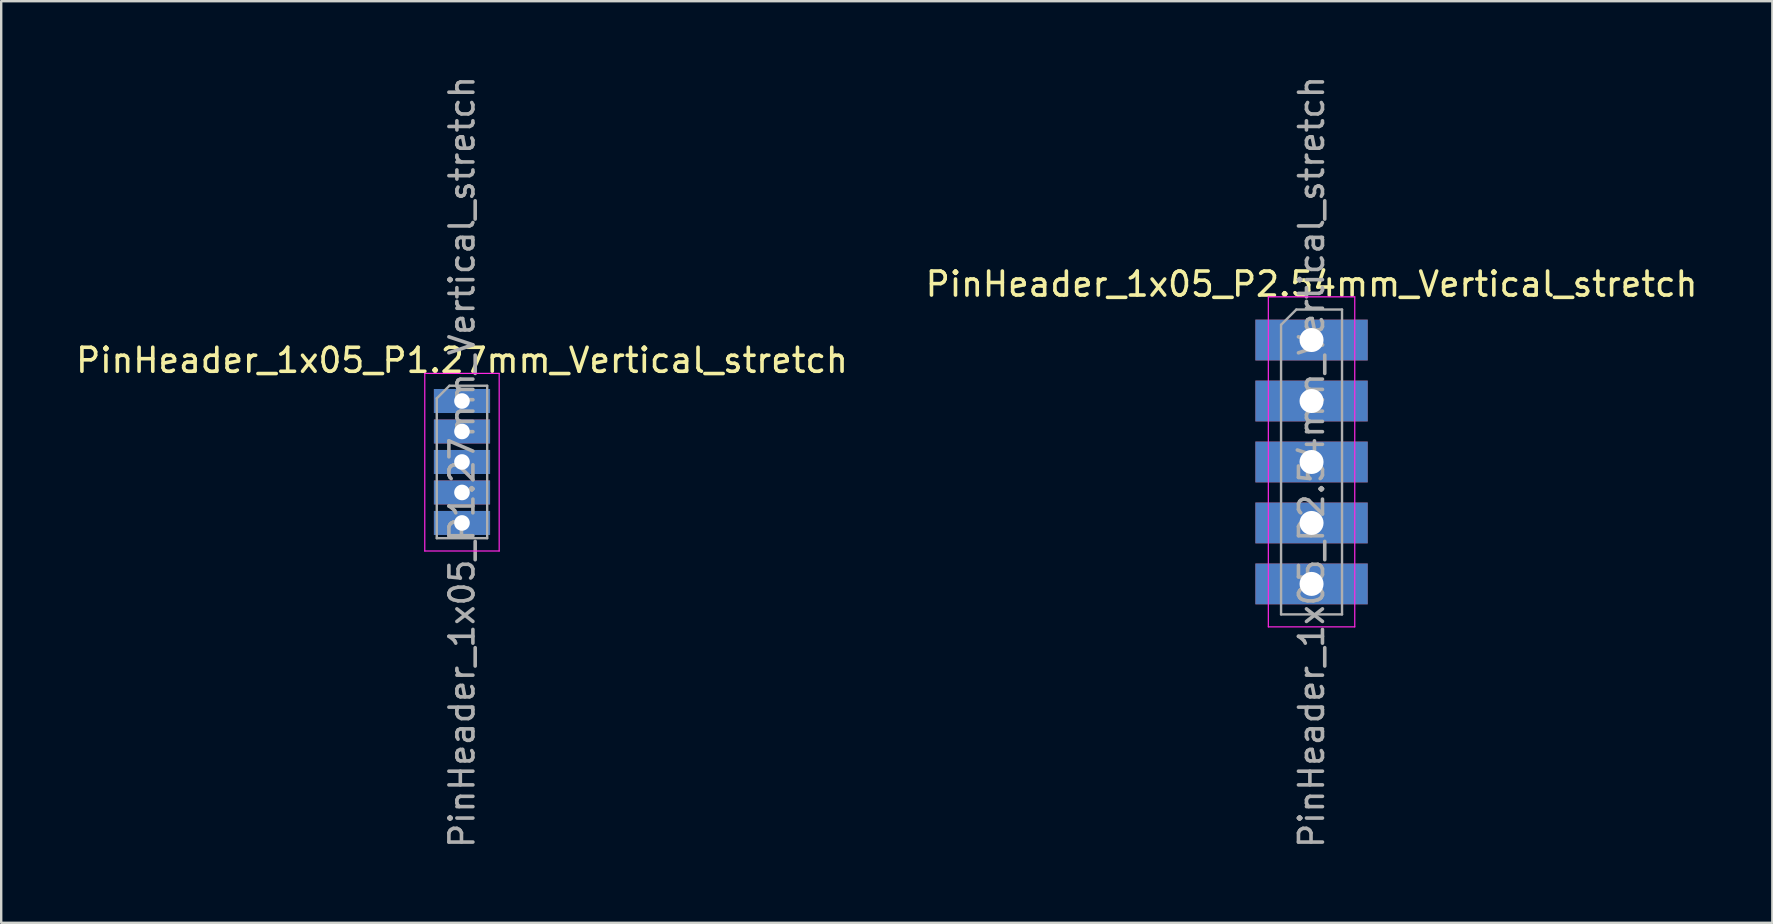
<source format=kicad_pcb>
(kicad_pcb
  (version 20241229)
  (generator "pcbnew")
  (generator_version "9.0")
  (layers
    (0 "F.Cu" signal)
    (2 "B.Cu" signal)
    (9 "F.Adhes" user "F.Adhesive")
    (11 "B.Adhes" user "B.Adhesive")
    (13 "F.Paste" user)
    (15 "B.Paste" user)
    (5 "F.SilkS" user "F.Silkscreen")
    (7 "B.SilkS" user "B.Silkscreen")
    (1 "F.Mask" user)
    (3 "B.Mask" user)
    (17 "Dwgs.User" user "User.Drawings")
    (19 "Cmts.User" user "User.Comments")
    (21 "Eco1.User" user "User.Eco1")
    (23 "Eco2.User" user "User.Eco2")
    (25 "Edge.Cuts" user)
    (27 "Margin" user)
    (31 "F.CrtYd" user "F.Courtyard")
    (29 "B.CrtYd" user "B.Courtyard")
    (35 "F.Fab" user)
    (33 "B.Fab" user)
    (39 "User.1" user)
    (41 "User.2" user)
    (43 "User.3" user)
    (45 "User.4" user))
  (footprint "PinHeader_1x05_P1.27mm_Vertical_stretch"
    (layer "F.Cu")
    (at 16.196 13.656)
    (property "Reference" "PinHeader_1x05_P1.27mm_Vertical_stretch" (at 0 -1.695 0) (layer "F.SilkS") (effects (font (size 1 1) (thickness 0.15))))
    (attr through_hole)
    (fp_line (start -1.55 -1.15) (end -1.55 6.25) (stroke (width 0.05) (type solid)) (layer "F.CrtYd"))
    (fp_line (start -1.55 6.25) (end 1.55 6.25) (stroke (width 0.05) (type solid)) (layer "F.CrtYd"))
    (fp_line (start 1.55 -1.15) (end -1.55 -1.15) (stroke (width 0.05) (type solid)) (layer "F.CrtYd"))
    (fp_line (start 1.55 6.25) (end 1.55 -1.15) (stroke (width 0.05) (type solid)) (layer "F.CrtYd"))
    (fp_line (start -1.05 -0.11) (end -0.525 -0.635) (stroke (width 0.1) (type solid)) (layer "F.Fab"))
    (fp_line (start -1.05 5.715) (end -1.05 -0.11) (stroke (width 0.1) (type solid)) (layer "F.Fab"))
    (fp_line (start -0.525 -0.635) (end 1.05 -0.635) (stroke (width 0.1) (type solid)) (layer "F.Fab"))
    (fp_line (start 1.05 -0.635) (end 1.05 5.715) (stroke (width 0.1) (type solid)) (layer "F.Fab"))
    (fp_line (start 1.05 5.715) (end -1.05 5.715) (stroke (width 0.1) (type solid)) (layer "F.Fab"))
    (fp_text user "${REFERENCE}" (at 0 2.54 90) (layer "F.Fab") (effects (font (size 1 1) (thickness 0.15))))
    (pad "1" thru_hole rect (at 0 0) (size 2.34 1) (drill 0.65) (layers "*.Cu" "*.Mask"))
    (pad "2" thru_hole rect (at 0 1.27) (size 2.34 1) (drill 0.65) (layers "*.Cu" "*.Mask"))
    (pad "3" thru_hole rect (at 0 2.54) (size 2.34 1) (drill 0.65) (layers "*.Cu" "*.Mask"))
    (pad "4" thru_hole rect (at 0 3.81) (size 2.34 1) (drill 0.65) (layers "*.Cu" "*.Mask"))
    (pad "5" thru_hole rect (at 0 5.08) (size 2.34 1) (drill 0.65) (layers "*.Cu" "*.Mask")))
  (footprint "PinHeader_1x05_P2.54mm_Vertical_stretch"
    (layer "F.Cu")
    (at 51.589 11.116)
    (property "Reference" "PinHeader_1x05_P2.54mm_Vertical_stretch" (at 0 -2.33 0) (layer "F.SilkS") (effects (font (size 1 1) (thickness 0.15))))
    (attr through_hole)
    (fp_line (start -1.8 -1.8) (end -1.8 11.95) (stroke (width 0.05) (type solid)) (layer "F.CrtYd"))
    (fp_line (start -1.8 11.95) (end 1.8 11.95) (stroke (width 0.05) (type solid)) (layer "F.CrtYd"))
    (fp_line (start 1.8 -1.8) (end -1.8 -1.8) (stroke (width 0.05) (type solid)) (layer "F.CrtYd"))
    (fp_line (start 1.8 11.95) (end 1.8 -1.8) (stroke (width 0.05) (type solid)) (layer "F.CrtYd"))
    (fp_line (start -1.27 -0.635) (end -0.635 -1.27) (stroke (width 0.1) (type solid)) (layer "F.Fab"))
    (fp_line (start -1.27 11.43) (end -1.27 -0.635) (stroke (width 0.1) (type solid)) (layer "F.Fab"))
    (fp_line (start -0.635 -1.27) (end 1.27 -1.27) (stroke (width 0.1) (type solid)) (layer "F.Fab"))
    (fp_line (start 1.27 -1.27) (end 1.27 11.43) (stroke (width 0.1) (type solid)) (layer "F.Fab"))
    (fp_line (start 1.27 11.43) (end -1.27 11.43) (stroke (width 0.1) (type solid)) (layer "F.Fab"))
    (fp_text user "${REFERENCE}" (at 0 5.08 90) (layer "F.Fab") (effects (font (size 1 1) (thickness 0.15))))
    (pad "1" thru_hole rect (at 0 0) (size 4.68 1.7) (drill 1) (layers "*.Cu" "*.Mask"))
    (pad "2" thru_hole rect (at 0 2.54) (size 4.68 1.7) (drill 1) (layers "*.Cu" "*.Mask"))
    (pad "3" thru_hole rect (at 0 5.08) (size 4.68 1.7) (drill 1) (layers "*.Cu" "*.Mask"))
    (pad "4" thru_hole rect (at 0 7.62) (size 4.68 1.7) (drill 1) (layers "*.Cu" "*.Mask"))
    (pad "5" thru_hole rect (at 0 10.16) (size 4.68 1.7) (drill 1) (layers "*.Cu" "*.Mask")))
  (gr_rect
    (start -3 -3)
    (end 70.786 35.393)
    (stroke (width 0.1) (type default))
    (fill no)
    (layer "Edge.Cuts")))
</source>
